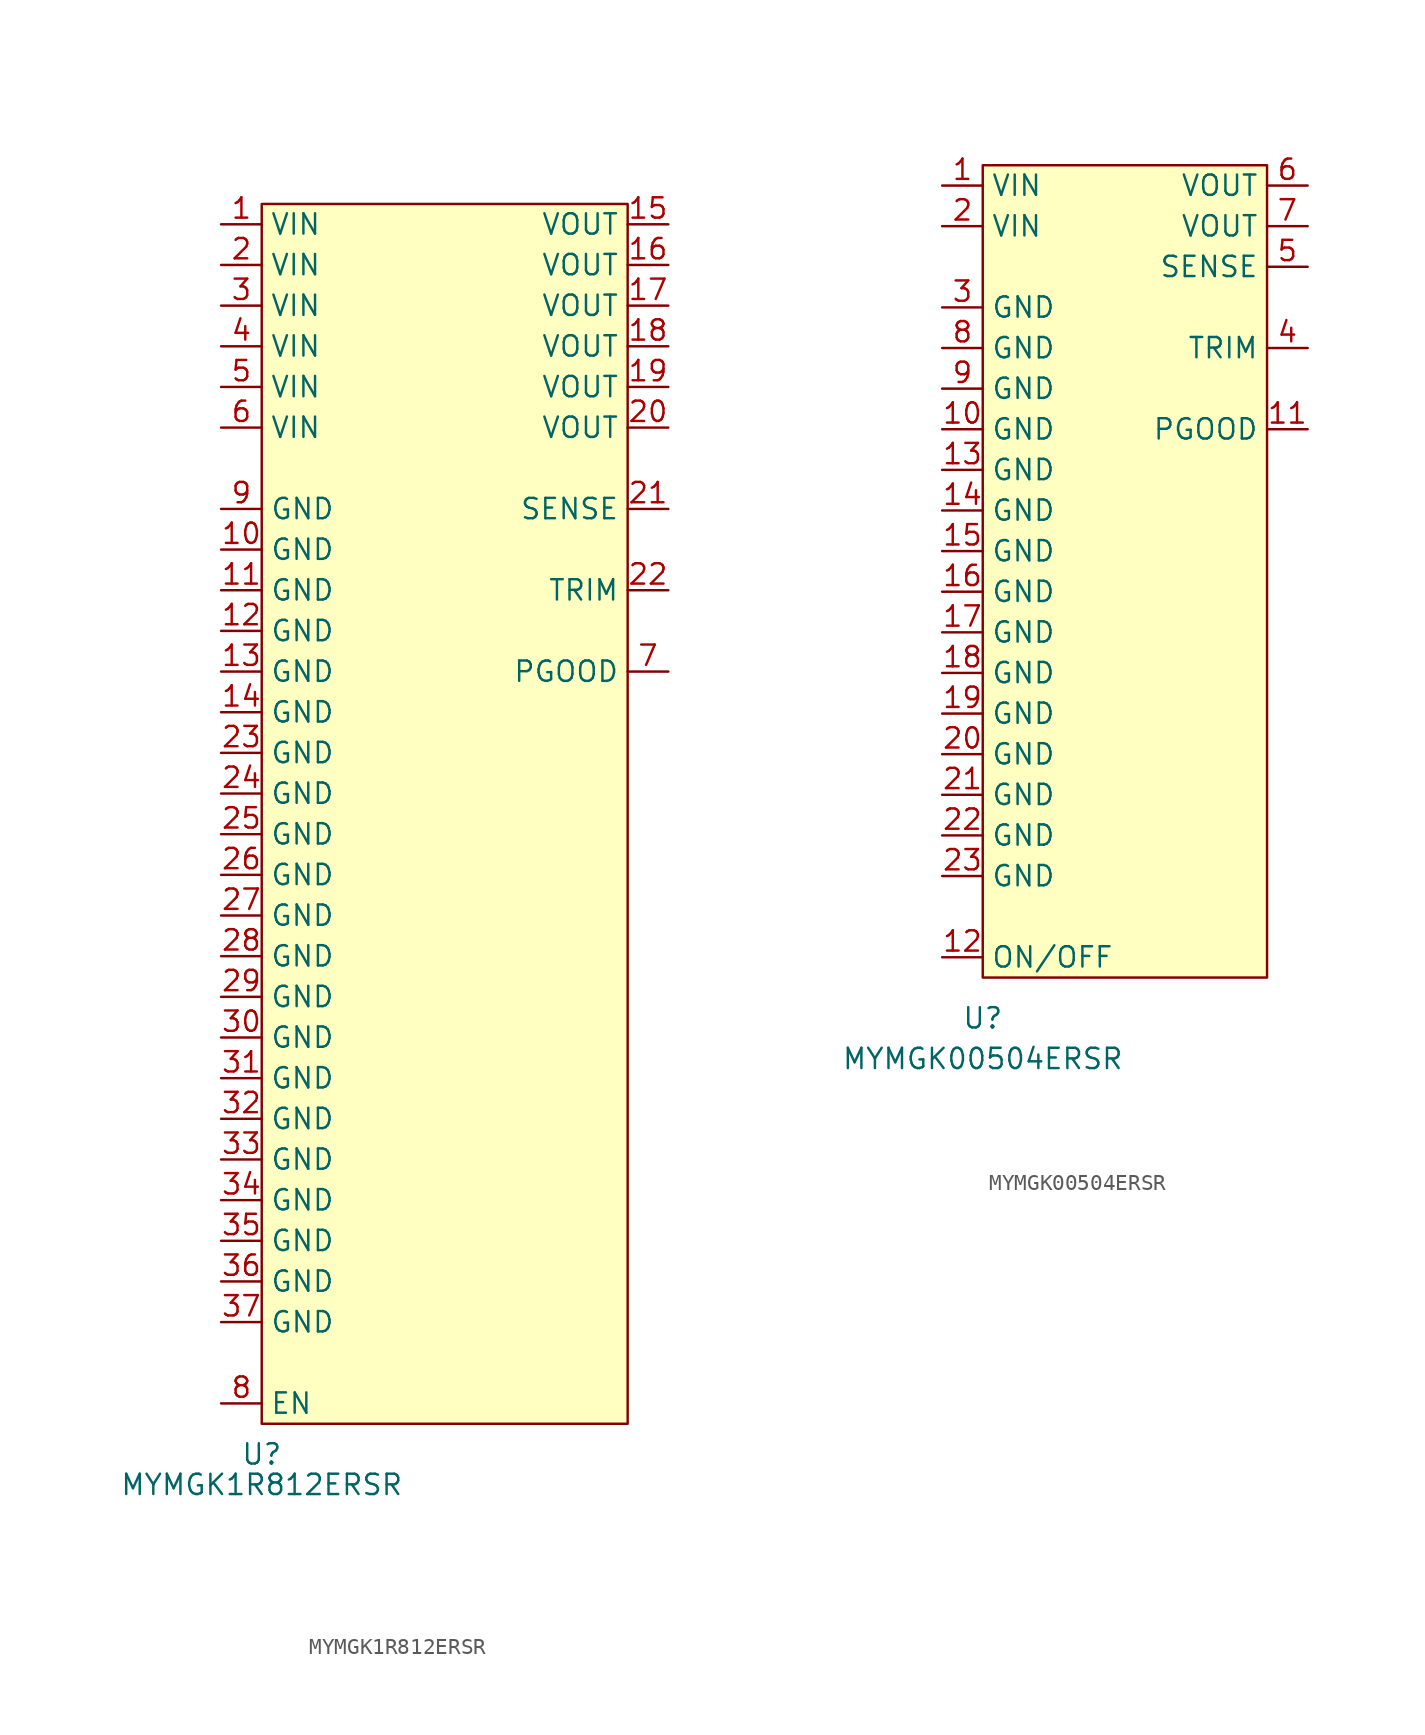
<source format=kicad_sym>
(kicad_symbol_lib
  (version 20231120)
  (generator "kicad_symbol_editor")
  (generator_version "8.0")
  (symbol "MYMGK1R812ERSR"
    (property "Reference" "U"
      (at 0 -1.905 0)
      (effects (font (size 1.27 1.27))))
    (property "Value" "MYMGK1R812ERSR"
      (at 0 -3.81 0)
      (effects (font (size 1.27 1.27))))
    (symbol "MYMGK1R812ERSR_0_1"
      (rectangle (start 0 76.2) (end 22.86 0) (stroke (width 0.152) (type default)) (fill (type background))))
    (symbol "MYMGK1R812ERSR_1_1"
      (pin power_in line (at -2.54 74.93 0) (length 2.54) (name "VIN" (effects (font (size 1.27 1.27)))) (number "1" (effects (font (size 1.27 1.27)))))
      (pin power_in line (at -2.54 54.61 0) (length 2.54) (name "GND" (effects (font (size 1.27 1.27)))) (number "10" (effects (font (size 1.27 1.27)))))
      (pin power_in line (at -2.54 52.07 0) (length 2.54) (name "GND" (effects (font (size 1.27 1.27)))) (number "11" (effects (font (size 1.27 1.27)))))
      (pin power_in line (at -2.54 49.53 0) (length 2.54) (name "GND" (effects (font (size 1.27 1.27)))) (number "12" (effects (font (size 1.27 1.27)))))
      (pin power_in line (at -2.54 46.99 0) (length 2.54) (name "GND" (effects (font (size 1.27 1.27)))) (number "13" (effects (font (size 1.27 1.27)))))
      (pin power_in line (at -2.54 44.45 0) (length 2.54) (name "GND" (effects (font (size 1.27 1.27)))) (number "14" (effects (font (size 1.27 1.27)))))
      (pin power_out line (at 25.4 74.93 180) (length 2.54) (name "VOUT" (effects (font (size 1.27 1.27)))) (number "15" (effects (font (size 1.27 1.27)))))
      (pin power_in line (at 25.4 72.39 180) (length 2.54) (name "VOUT" (effects (font (size 1.27 1.27)))) (number "16" (effects (font (size 1.27 1.27)))))
      (pin power_in line (at 25.4 69.85 180) (length 2.54) (name "VOUT" (effects (font (size 1.27 1.27)))) (number "17" (effects (font (size 1.27 1.27)))))
      (pin power_in line (at 25.4 67.31 180) (length 2.54) (name "VOUT" (effects (font (size 1.27 1.27)))) (number "18" (effects (font (size 1.27 1.27)))))
      (pin power_in line (at 25.4 64.77 180) (length 2.54) (name "VOUT" (effects (font (size 1.27 1.27)))) (number "19" (effects (font (size 1.27 1.27)))))
      (pin power_in line (at -2.54 72.39 0) (length 2.54) (name "VIN" (effects (font (size 1.27 1.27)))) (number "2" (effects (font (size 1.27 1.27)))))
      (pin power_in line (at 25.4 62.23 180) (length 2.54) (name "VOUT" (effects (font (size 1.27 1.27)))) (number "20" (effects (font (size 1.27 1.27)))))
      (pin input line (at 25.4 57.15 180) (length 2.54) (name "SENSE" (effects (font (size 1.27 1.27)))) (number "21" (effects (font (size 1.27 1.27)))))
      (pin input line (at 25.4 52.07 180) (length 2.54) (name "TRIM" (effects (font (size 1.27 1.27)))) (number "22" (effects (font (size 1.27 1.27)))))
      (pin power_in line (at -2.54 41.91 0) (length 2.54) (name "GND" (effects (font (size 1.27 1.27)))) (number "23" (effects (font (size 1.27 1.27)))))
      (pin power_in line (at -2.54 39.37 0) (length 2.54) (name "GND" (effects (font (size 1.27 1.27)))) (number "24" (effects (font (size 1.27 1.27)))))
      (pin power_in line (at -2.54 36.83 0) (length 2.54) (name "GND" (effects (font (size 1.27 1.27)))) (number "25" (effects (font (size 1.27 1.27)))))
      (pin power_in line (at -2.54 34.29 0) (length 2.54) (name "GND" (effects (font (size 1.27 1.27)))) (number "26" (effects (font (size 1.27 1.27)))))
      (pin power_in line (at -2.54 31.75 0) (length 2.54) (name "GND" (effects (font (size 1.27 1.27)))) (number "27" (effects (font (size 1.27 1.27)))))
      (pin power_in line (at -2.54 29.21 0) (length 2.54) (name "GND" (effects (font (size 1.27 1.27)))) (number "28" (effects (font (size 1.27 1.27)))))
      (pin power_in line (at -2.54 26.67 0) (length 2.54) (name "GND" (effects (font (size 1.27 1.27)))) (number "29" (effects (font (size 1.27 1.27)))))
      (pin power_in line (at -2.54 69.85 0) (length 2.54) (name "VIN" (effects (font (size 1.27 1.27)))) (number "3" (effects (font (size 1.27 1.27)))))
      (pin power_in line (at -2.54 24.13 0) (length 2.54) (name "GND" (effects (font (size 1.27 1.27)))) (number "30" (effects (font (size 1.27 1.27)))))
      (pin power_in line (at -2.54 21.59 0) (length 2.54) (name "GND" (effects (font (size 1.27 1.27)))) (number "31" (effects (font (size 1.27 1.27)))))
      (pin power_in line (at -2.54 19.05 0) (length 2.54) (name "GND" (effects (font (size 1.27 1.27)))) (number "32" (effects (font (size 1.27 1.27)))))
      (pin power_in line (at -2.54 16.51 0) (length 2.54) (name "GND" (effects (font (size 1.27 1.27)))) (number "33" (effects (font (size 1.27 1.27)))))
      (pin power_in line (at -2.54 13.97 0) (length 2.54) (name "GND" (effects (font (size 1.27 1.27)))) (number "34" (effects (font (size 1.27 1.27)))))
      (pin power_in line (at -2.54 11.43 0) (length 2.54) (name "GND" (effects (font (size 1.27 1.27)))) (number "35" (effects (font (size 1.27 1.27)))))
      (pin power_in line (at -2.54 8.89 0) (length 2.54) (name "GND" (effects (font (size 1.27 1.27)))) (number "36" (effects (font (size 1.27 1.27)))))
      (pin power_in line (at -2.54 6.35 0) (length 2.54) (name "GND" (effects (font (size 1.27 1.27)))) (number "37" (effects (font (size 1.27 1.27)))))
      (pin power_in line (at -2.54 67.31 0) (length 2.54) (name "VIN" (effects (font (size 1.27 1.27)))) (number "4" (effects (font (size 1.27 1.27)))))
      (pin power_in line (at -2.54 64.77 0) (length 2.54) (name "VIN" (effects (font (size 1.27 1.27)))) (number "5" (effects (font (size 1.27 1.27)))))
      (pin power_in line (at -2.54 62.23 0) (length 2.54) (name "VIN" (effects (font (size 1.27 1.27)))) (number "6" (effects (font (size 1.27 1.27)))))
      (pin output line (at 25.4 46.99 180) (length 2.54) (name "PGOOD" (effects (font (size 1.27 1.27)))) (number "7" (effects (font (size 1.27 1.27)))))
      (pin input line (at -2.54 1.27 0) (length 2.54) (name "EN" (effects (font (size 1.27 1.27)))) (number "8" (effects (font (size 1.27 1.27)))))
      (pin power_in line (at -2.54 57.15 0) (length 2.54) (name "GND" (effects (font (size 1.27 1.27)))) (number "9" (effects (font (size 1.27 1.27)))))))
  (symbol "MYMGK00504ERSR"
    (property "Reference" "U"
      (at 0 -2.54 0)
      (effects (font (size 1.27 1.27))))
    (property "Value" "MYMGK00504ERSR"
      (at 0 -5.08 0)
      (effects (font (size 1.27 1.27))))
    (symbol "MYMGK00504ERSR_0_1"
      (rectangle (start 0 50.8) (end 17.78 0) (stroke (width 0.152) (type default)) (fill (type background))))
    (symbol "MYMGK00504ERSR_1_1"
      (pin power_in line (at -2.54 49.53 0) (length 2.54) (name "VIN" (effects (font (size 1.27 1.27)))) (number "1" (effects (font (size 1.27 1.27)))))
      (pin power_in line (at -2.54 34.29 0) (length 2.54) (name "GND" (effects (font (size 1.27 1.27)))) (number "10" (effects (font (size 1.27 1.27)))))
      (pin output line (at 20.32 34.29 180) (length 2.54) (name "PGOOD" (effects (font (size 1.27 1.27)))) (number "11" (effects (font (size 1.27 1.27)))))
      (pin input line (at -2.54 1.27 0) (length 2.54) (name "ON/OFF" (effects (font (size 1.27 1.27)))) (number "12" (effects (font (size 1.27 1.27)))))
      (pin power_in line (at -2.54 31.75 0) (length 2.54) (name "GND" (effects (font (size 1.27 1.27)))) (number "13" (effects (font (size 1.27 1.27)))))
      (pin power_in line (at -2.54 29.21 0) (length 2.54) (name "GND" (effects (font (size 1.27 1.27)))) (number "14" (effects (font (size 1.27 1.27)))))
      (pin power_in line (at -2.54 26.67 0) (length 2.54) (name "GND" (effects (font (size 1.27 1.27)))) (number "15" (effects (font (size 1.27 1.27)))))
      (pin power_in line (at -2.54 24.13 0) (length 2.54) (name "GND" (effects (font (size 1.27 1.27)))) (number "16" (effects (font (size 1.27 1.27)))))
      (pin power_in line (at -2.54 21.59 0) (length 2.54) (name "GND" (effects (font (size 1.27 1.27)))) (number "17" (effects (font (size 1.27 1.27)))))
      (pin power_in line (at -2.54 19.05 0) (length 2.54) (name "GND" (effects (font (size 1.27 1.27)))) (number "18" (effects (font (size 1.27 1.27)))))
      (pin power_in line (at -2.54 16.51 0) (length 2.54) (name "GND" (effects (font (size 1.27 1.27)))) (number "19" (effects (font (size 1.27 1.27)))))
      (pin power_in line (at -2.54 46.99 0) (length 2.54) (name "VIN" (effects (font (size 1.27 1.27)))) (number "2" (effects (font (size 1.27 1.27)))))
      (pin power_in line (at -2.54 13.97 0) (length 2.54) (name "GND" (effects (font (size 1.27 1.27)))) (number "20" (effects (font (size 1.27 1.27)))))
      (pin power_in line (at -2.54 11.43 0) (length 2.54) (name "GND" (effects (font (size 1.27 1.27)))) (number "21" (effects (font (size 1.27 1.27)))))
      (pin power_in line (at -2.54 8.89 0) (length 2.54) (name "GND" (effects (font (size 1.27 1.27)))) (number "22" (effects (font (size 1.27 1.27)))))
      (pin power_in line (at -2.54 6.35 0) (length 2.54) (name "GND" (effects (font (size 1.27 1.27)))) (number "23" (effects (font (size 1.27 1.27)))))
      (pin power_in line (at -2.54 41.91 0) (length 2.54) (name "GND" (effects (font (size 1.27 1.27)))) (number "3" (effects (font (size 1.27 1.27)))))
      (pin input line (at 20.32 39.37 180) (length 2.54) (name "TRIM" (effects (font (size 1.27 1.27)))) (number "4" (effects (font (size 1.27 1.27)))))
      (pin input line (at 20.32 44.45 180) (length 2.54) (name "SENSE" (effects (font (size 1.27 1.27)))) (number "5" (effects (font (size 1.27 1.27)))))
      (pin power_out line (at 20.32 49.53 180) (length 2.54) (name "VOUT" (effects (font (size 1.27 1.27)))) (number "6" (effects (font (size 1.27 1.27)))))
      (pin power_in line (at 20.32 46.99 180) (length 2.54) (name "VOUT" (effects (font (size 1.27 1.27)))) (number "7" (effects (font (size 1.27 1.27)))))
      (pin power_in line (at -2.54 39.37 0) (length 2.54) (name "GND" (effects (font (size 1.27 1.27)))) (number "8" (effects (font (size 1.27 1.27)))))
      (pin power_in line (at -2.54 36.83 0) (length 2.54) (name "GND" (effects (font (size 1.27 1.27)))) (number "9" (effects (font (size 1.27 1.27))))))))
</source>
